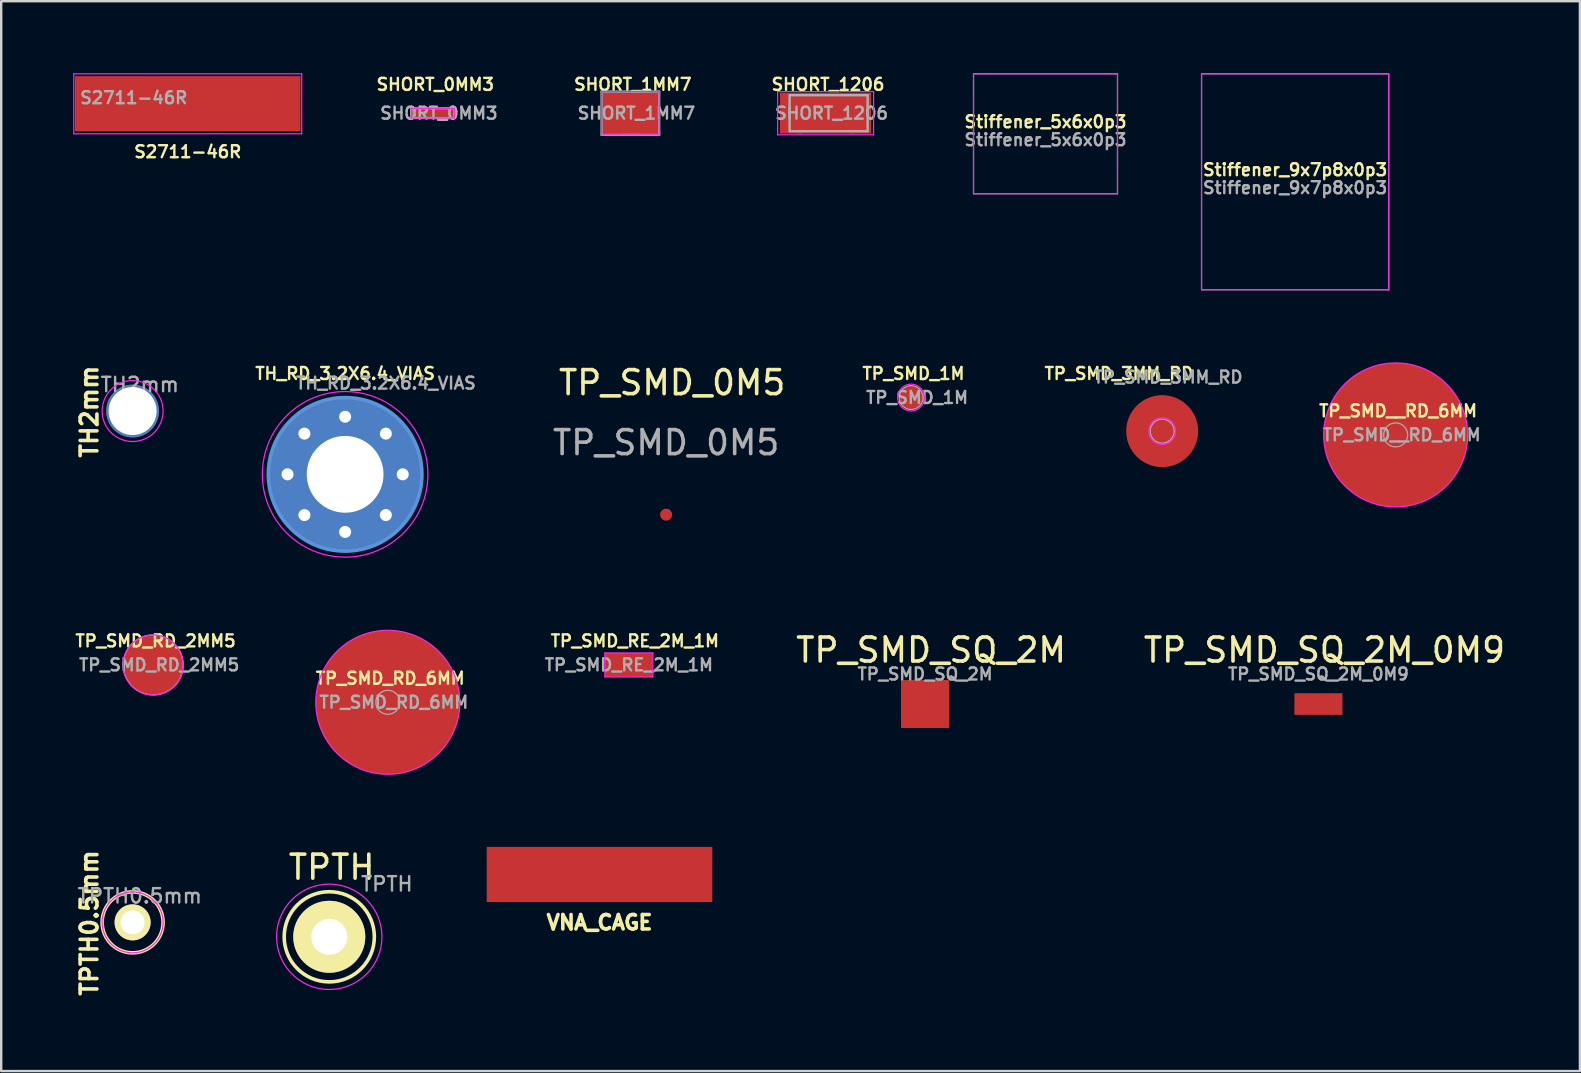
<source format=kicad_pcb>
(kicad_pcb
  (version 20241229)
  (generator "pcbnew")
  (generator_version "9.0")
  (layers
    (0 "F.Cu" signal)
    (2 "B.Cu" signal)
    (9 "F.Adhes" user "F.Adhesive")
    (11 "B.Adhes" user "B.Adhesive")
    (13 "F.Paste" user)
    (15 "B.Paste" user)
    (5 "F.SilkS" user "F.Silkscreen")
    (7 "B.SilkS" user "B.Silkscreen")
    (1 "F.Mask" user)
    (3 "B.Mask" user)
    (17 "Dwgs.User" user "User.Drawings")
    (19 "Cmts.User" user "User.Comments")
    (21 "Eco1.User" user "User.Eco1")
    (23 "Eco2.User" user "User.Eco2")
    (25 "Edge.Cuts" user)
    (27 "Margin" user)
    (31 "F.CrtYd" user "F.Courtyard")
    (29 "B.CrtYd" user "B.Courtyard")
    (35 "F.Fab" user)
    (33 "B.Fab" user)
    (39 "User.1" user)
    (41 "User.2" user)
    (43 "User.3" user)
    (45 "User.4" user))
  (footprint "TPTH"
    (layer "F.Cu")
    (at 10.672 35.991)
    (property "Reference" "TPTH" (at 0.1 -2.9 0) (layer "F.SilkS") (effects (font (size 1 1) (thickness 0.15))))
    (attr through_hole)
    (fp_circle (center 0 0) (end 0.8 -1.7) (stroke (width 0.15) (type solid)) (fill no) (layer "F.SilkS"))
    (fp_circle (center 0 0) (end -1.1 -1.9) (stroke (width 0.05) (type solid)) (fill no) (layer "F.CrtYd"))
    (fp_text user "${REFERENCE}" (at 2.4 -2.2 0) (layer "F.Fab") (effects (font (size 0.6 0.6) (thickness 0.1))))
    (pad "1" thru_hole circle (at 0 0) (size 3 3) (drill 1.501) (layers "*.Cu" "*.Mask" "F.SilkS")))
  (footprint "TP_SMD_RE_2M_1M"
    (layer "F.Cu")
    (at 23.157 24.661)
    (property "Reference" "TP_SMD_RE_2M_1M" (at 0 0 0) (layer "F.Fab") (effects (font (size 0.5 0.5) (thickness 0.1))))
    (attr exclude_from_pos_files exclude_from_bom)
    (fp_line (start -1 -0.5) (end 1 -0.5) (stroke (width 0.05) (type solid)) (layer "F.CrtYd"))
    (fp_line (start -1 0.5) (end -1 -0.5) (stroke (width 0.05) (type solid)) (layer "F.CrtYd"))
    (fp_line (start 1 -0.5) (end 1 0.5) (stroke (width 0.05) (type solid)) (layer "F.CrtYd"))
    (fp_line (start 1 0.5) (end -1 0.5) (stroke (width 0.05) (type solid)) (layer "F.CrtYd"))
    (fp_text user "${REFERENCE}" (at 0.25 -1 0) (layer "F.SilkS") (effects (font (size 0.5 0.5) (thickness 0.1))))
    (pad "1" smd rect (at 0 0) (size 2 1) (layers "F.Cu" "F.Mask")))
  (footprint "SHORT_0MM3"
    (layer "F.Cu")
    (at 14.99 1.668)
    (property "Reference" "SHORT_0MM3" (at 0.1 -1.2 0) (layer "F.SilkS") (effects (font (size 0.5 0.5) (thickness 0.1))))
    (attr exclude_from_pos_files exclude_from_bom)
    (fp_line (start -0.9 -0.2) (end -0.9 0.2) (stroke (width 0.05) (type solid)) (layer "F.CrtYd"))
    (fp_line (start -0.9 -0.2) (end 0.9 -0.2) (stroke (width 0.05) (type solid)) (layer "F.CrtYd"))
    (fp_line (start -0.9 0.2) (end 0.9 0.2) (stroke (width 0.05) (type solid)) (layer "F.CrtYd"))
    (fp_line (start 0.9 -0.2) (end 0.9 0.2) (stroke (width 0.05) (type solid)) (layer "F.CrtYd"))
    (fp_line (start -0.9 -0.2) (end 0.9 -0.2) (stroke (width 0.1) (type solid)) (layer "F.Fab"))
    (fp_line (start -0.9 0.2) (end -0.9 -0.2) (stroke (width 0.1) (type solid)) (layer "F.Fab"))
    (fp_line (start 0.9 -0.2) (end 0.9 0.2) (stroke (width 0.1) (type solid)) (layer "F.Fab"))
    (fp_line (start 0.9 0.2) (end -0.9 0.2) (stroke (width 0.1) (type solid)) (layer "F.Fab"))
    (fp_text user "${REFERENCE}" (at 0.25 0 0) (layer "F.Fab") (effects (font (size 0.5 0.5) (thickness 0.1))))
    (pad "1" smd rect (at -0.4 0) (size 1 0.3) (layers "F.Cu"))
    (pad "2" smd rect (at 0.4 0) (size 1 0.3) (layers "F.Cu")))
  (footprint "TP_SMD__RD_6MM"
    (layer "F.Cu")
    (at 55.114 15.075)
    (property "Reference" "TP_SMD__RD_6MM" (at 0.1 -1 0) (layer "F.SilkS") (effects (font (size 0.5 0.5) (thickness 0.1))))
    (attr exclude_from_pos_files exclude_from_bom)
    (fp_circle (center 0 0) (end 0 3) (stroke (width 0.05) (type solid)) (fill no) (layer "F.CrtYd"))
    (fp_circle (center 0 0) (end 0.5 0) (stroke (width 0.05) (type solid)) (fill no) (layer "F.Fab"))
    (fp_text user "${REFERENCE}" (at 0.25 0 0) (layer "F.Fab") (effects (font (size 0.5 0.5) (thickness 0.1))))
    (pad "1" smd circle (at 0 0) (size 6 6) (layers "F.Cu" "F.Mask")))
  (footprint "Stiffener_9x7p8x0p3"
    (layer "F.Cu")
    (at 50.924 4.525)
    (property "Reference" "Stiffener_9x7p8x0p3" (at 0 -0.5 0) (layer "F.SilkS") (effects (font (size 0.5 0.5) (thickness 0.1))))
    (attr exclude_from_pos_files exclude_from_bom)
    (fp_line (start -3.9 -4.5) (end 3.9 -4.5) (stroke (width 0.05) (type solid)) (layer "F.CrtYd"))
    (fp_line (start -3.9 4.5) (end -3.9 -4.5) (stroke (width 0.05) (type solid)) (layer "F.CrtYd"))
    (fp_line (start 3.9 -4.5) (end 3.9 4.5) (stroke (width 0.05) (type solid)) (layer "F.CrtYd"))
    (fp_line (start 3.9 4.5) (end -3.9 4.5) (stroke (width 0.05) (type solid)) (layer "F.CrtYd"))
    (fp_line (start -3.9 -4.5) (end 3.9 -4.5) (stroke (width 0.05) (type solid)) (layer "F.Fab"))
    (fp_line (start -3.9 4.5) (end -3.9 -4.5) (stroke (width 0.05) (type solid)) (layer "F.Fab"))
    (fp_line (start 3.9 -4.5) (end 3.9 4.5) (stroke (width 0.05) (type solid)) (layer "F.Fab"))
    (fp_line (start 3.9 4.5) (end -3.9 4.5) (stroke (width 0.05) (type solid)) (layer "F.Fab"))
    (fp_text user "${REFERENCE}" (at 0 0.25 0) (layer "F.Fab") (effects (font (size 0.5 0.5) (thickness 0.1)))))
  (footprint "TH_RD_3.2X6.4_VIAS"
    (layer "F.Cu")
    (at 11.333 16.718)
    (property "Reference" "TH_RD_3.2X6.4_VIAS" (at 0 -4.2 0) (layer "F.SilkS") (effects (font (size 0.5 0.5) (thickness 0.1))))
    (attr exclude_from_pos_files exclude_from_bom)
    (fp_circle (center 0 0) (end 3.2 0) (stroke (width 0.15) (type solid)) (fill no) (layer "Cmts.User"))
    (fp_circle (center 0 0) (end 3.45 0) (stroke (width 0.05) (type solid)) (fill no) (layer "F.CrtYd"))
    (fp_text user "${REFERENCE}" (at 1.7 -3.8 0) (layer "F.Fab") (effects (font (size 0.5 0.5) (thickness 0.1))))
    (pad "1" thru_hole circle (at -2.4 0) (size 0.6 0.6) (drill 0.5) (layers "*.Cu" "*.Mask"))
    (pad "1" thru_hole circle (at -1.697 -1.697) (size 0.6 0.6) (drill 0.5) (layers "*.Cu" "*.Mask"))
    (pad "1" thru_hole circle (at -1.697 1.697) (size 0.6 0.6) (drill 0.5) (layers "*.Cu" "*.Mask"))
    (pad "1" thru_hole circle (at 0 -2.4) (size 0.6 0.6) (drill 0.5) (layers "*.Cu" "*.Mask"))
    (pad "1" thru_hole circle (at 0 0) (size 6.4 6.4) (drill 3.2) (layers "*.Cu" "*.Mask"))
    (pad "1" thru_hole circle (at 0 2.4) (size 0.6 0.6) (drill 0.5) (layers "*.Cu" "*.Mask"))
    (pad "1" thru_hole circle (at 1.697 -1.697) (size 0.6 0.6) (drill 0.5) (layers "*.Cu" "*.Mask"))
    (pad "1" thru_hole circle (at 1.697 1.697) (size 0.6 0.6) (drill 0.5) (layers "*.Cu" "*.Mask"))
    (pad "1" thru_hole circle (at 2.4 0) (size 0.6 0.6) (drill 0.5) (layers "*.Cu" "*.Mask")))
  (footprint "TP_SMD_3MM_RD"
    (layer "F.Cu")
    (at 45.383 14.918)
    (property "Reference" "TP_SMD_3MM_RD" (at -1.8 -2.4 0) (layer "F.SilkS") (effects (font (size 0.5 0.5) (thickness 0.1))))
    (attr exclude_from_pos_files exclude_from_bom)
    (fp_circle (center 0 0) (end 0.5 -0.25) (stroke (width 0.05) (type solid)) (fill no) (layer "F.CrtYd"))
    (fp_circle (center 0 0) (end 0.5 0) (stroke (width 0.05) (type solid)) (fill no) (layer "F.Fab"))
    (fp_text user "${REFERENCE}" (at 0.25 -2.25 0) (layer "F.Fab") (effects (font (size 0.5 0.5) (thickness 0.1))))
    (pad "1" smd circle (at 0 0) (size 3 3) (layers "F.Cu" "F.Mask")))
  (footprint "Stiffener_5x6x0p3"
    (layer "F.Cu")
    (at 40.521 2.525)
    (property "Reference" "Stiffener_5x6x0p3" (at 0 -0.5 0) (layer "F.SilkS") (effects (font (size 0.5 0.5) (thickness 0.1))))
    (attr exclude_from_pos_files exclude_from_bom)
    (fp_line (start -3 -2.5) (end 3 -2.5) (stroke (width 0.05) (type solid)) (layer "F.CrtYd"))
    (fp_line (start -3 2.5) (end -3 -2.5) (stroke (width 0.05) (type solid)) (layer "F.CrtYd"))
    (fp_line (start 3 -2.5) (end 3 2.5) (stroke (width 0.05) (type solid)) (layer "F.CrtYd"))
    (fp_line (start 3 2.5) (end -3 2.5) (stroke (width 0.05) (type solid)) (layer "F.CrtYd"))
    (fp_line (start -3 -2.5) (end 3 -2.5) (stroke (width 0.05) (type solid)) (layer "F.Fab"))
    (fp_line (start -3 2.5) (end -3 -2.5) (stroke (width 0.05) (type solid)) (layer "F.Fab"))
    (fp_line (start 3 -2.5) (end 3 2.5) (stroke (width 0.05) (type solid)) (layer "F.Fab"))
    (fp_line (start 3 2.5) (end -3 2.5) (stroke (width 0.05) (type solid)) (layer "F.Fab"))
    (fp_text user "${REFERENCE}" (at 0 0.25 0) (layer "F.Fab") (effects (font (size 0.5 0.5) (thickness 0.1)))))
  (footprint "VNA_CAGE"
    (layer "F.Cu")
    (at 21.934 33.393)
    (property "Reference" "VNA_CAGE" (at 0 2 0) (layer "F.SilkS") (effects (font (size 0.6 0.6) (thickness 0.15))))
    (attr through_hole)
    (pad "1" smd rect (at 0 0) (size 9.4 2.3) (layers "F.Cu" "F.Mask")))
  (footprint "TP_SMD_1M"
    (layer "F.Cu")
    (at 34.919 13.518)
    (property "Reference" "TP_SMD_1M" (at 0.1 -1 0) (layer "F.SilkS") (effects (font (size 0.5 0.5) (thickness 0.1))))
    (attr exclude_from_pos_files exclude_from_bom)
    (fp_circle (center 0 0) (end 0.5 -0.25) (stroke (width 0.05) (type solid)) (fill no) (layer "F.CrtYd"))
    (fp_circle (center 0 0) (end 0.5 0) (stroke (width 0.05) (type solid)) (fill no) (layer "F.Fab"))
    (fp_text user "${REFERENCE}" (at 0.25 0 0) (layer "F.Fab") (effects (font (size 0.5 0.5) (thickness 0.1))))
    (pad "1" smd circle (at 0 0) (size 1 1) (layers "F.Cu" "F.Mask")))
  (footprint "TP_SMD_SQ_2M"
    (layer "F.Cu")
    (at 35.501 26.291)
    (property "Reference" "TP_SMD_SQ_2M" (at 0 -1.25 0) (layer "F.Fab") (effects (font (size 0.5 0.5) (thickness 0.1))))
    (attr exclude_from_pos_files exclude_from_bom)
    (fp_text user "${REFERENCE}" (at 0.25 -2.25 0) (layer "F.SilkS") (effects (font (size 1 1) (thickness 0.15))))
    (pad "1" smd rect (at 0 0) (size 2 2) (layers "F.Cu" "F.Mask")))
  (footprint "S2711-46R"
    (layer "F.Cu")
    (at 4.775 1.275)
    (property "Reference" "S2711-46R" (at 0 2 0) (layer "F.SilkS") (effects (font (size 0.5 0.5) (thickness 0.1))))
    (attr smd)
    (fp_line (start -4.75 -1.25) (end 4.75 -1.25) (stroke (width 0.05) (type solid)) (layer "F.CrtYd"))
    (fp_line (start -4.75 1.25) (end -4.75 -1.25) (stroke (width 0.05) (type solid)) (layer "F.CrtYd"))
    (fp_line (start 4.75 -1.25) (end 4.75 1.25) (stroke (width 0.05) (type solid)) (layer "F.CrtYd"))
    (fp_line (start 4.75 1.25) (end -4.75 1.25) (stroke (width 0.05) (type solid)) (layer "F.CrtYd"))
    (fp_text user "${REFERENCE}" (at -2.25 -0.25 0) (layer "F.Fab") (effects (font (size 0.5 0.5) (thickness 0.1))))
    (pad "1" smd rect (at 0 0) (size 9.4 2.3) (layers "F.Cu" "F.Mask")))
  (footprint "TP_SMD_0M5"
    (layer "F.Cu")
    (at 24.71 18.398)
    (property "Reference" "TP_SMD_0M5" (at 0 -3 0) (layer "F.Fab") (effects (font (size 1 1) (thickness 0.15))))
    (attr exclude_from_pos_files exclude_from_bom)
    (fp_text user "${REFERENCE}" (at 0.25 -5.5 0) (layer "F.SilkS") (effects (font (size 1 1) (thickness 0.15))))
    (pad "1" smd circle (at 0 0) (size 0.5 0.5) (layers "F.Cu" "F.Mask")))
  (footprint "TPTH0.5mm"
    (layer "F.Cu")
    (at 2.476 35.389)
    (property "Reference" "TPTH0.5mm" (at -1.803 0.025 90) (layer "F.SilkS") (effects (font (size 0.7 0.7) (thickness 0.15))))
    (attr through_hole)
    (fp_circle (center 0 0) (end 0 -1.27) (stroke (width 0.15) (type solid)) (fill no) (layer "F.SilkS"))
    (fp_circle (center 0 0) (end 0 -1.27) (stroke (width 0.05) (type solid)) (fill no) (layer "F.CrtYd"))
    (fp_text user "${REFERENCE}" (at 0.3 -1.1 0) (layer "F.Fab") (effects (font (size 0.6 0.6) (thickness 0.1))))
    (pad "1" thru_hole circle (at 0 0) (size 1.5 1.5) (drill 1) (layers "*.Cu" "*.Mask" "F.SilkS")))
  (footprint "TP_SMD_RD_2MM5"
    (layer "F.Cu")
    (at 3.333 24.661)
    (property "Reference" "TP_SMD_RD_2MM5" (at 0.1 -1 0) (layer "F.SilkS") (effects (font (size 0.5 0.5) (thickness 0.1))))
    (attr exclude_from_pos_files exclude_from_bom)
    (fp_circle (center 0 0) (end 0 1.25) (stroke (width 0.05) (type solid)) (fill no) (layer "F.CrtYd"))
    (fp_circle (center 0 0) (end 1.25 0) (stroke (width 0.05) (type solid)) (fill no) (layer "F.Fab"))
    (fp_text user "${REFERENCE}" (at 0.25 0 0) (layer "F.Fab") (effects (font (size 0.5 0.5) (thickness 0.1))))
    (pad "1" smd circle (at 0 0) (size 2.5 2.5) (layers "F.Cu" "F.Mask")))
  (footprint "TP_SMD_SQ_2M_0M9"
    (layer "F.Cu")
    (at 51.894 26.291)
    (property "Reference" "TP_SMD_SQ_2M_0M9" (at 0 -1.25 0) (layer "F.Fab") (effects (font (size 0.5 0.5) (thickness 0.1))))
    (attr exclude_from_pos_files exclude_from_bom)
    (fp_text user "${REFERENCE}" (at 0.25 -2.25 0) (layer "F.SilkS") (effects (font (size 1 1) (thickness 0.15))))
    (pad "1" smd rect (at 0 0) (size 2 0.9) (layers "F.Cu" "F.Mask")))
  (footprint "TH2mm"
    (layer "F.Cu")
    (at 2.476 14.08)
    (property "Reference" "TH2mm" (at -1.803 0.025 90) (layer "F.SilkS") (effects (font (size 0.7 0.7) (thickness 0.15))))
    (attr through_hole)
    (fp_circle (center 0 0) (end 0 -1.27) (stroke (width 0.05) (type solid)) (fill no) (layer "F.CrtYd"))
    (fp_text user "${REFERENCE}" (at 0.3 -1.1 0) (layer "F.Fab") (effects (font (size 0.6 0.6) (thickness 0.1))))
    (pad "1" thru_hole circle (at 0 0) (size 2.2 2.2) (drill 2) (layers "*.Cu" "*.Mask")))
  (footprint "SHORT_1206"
    (layer "F.Cu")
    (at 31.357 1.668)
    (property "Reference" "SHORT_1206" (at 0.1 -1.2 0) (layer "F.SilkS") (effects (font (size 0.5 0.5) (thickness 0.1))))
    (attr smd)
    (fp_line (start -1 0) (end 1 0) (stroke (width 1.7) (type solid)) (layer "F.Cu"))
    (fp_line (start -2 -0.9) (end -2 0.9) (stroke (width 0.05) (type solid)) (layer "F.CrtYd"))
    (fp_line (start -2 -0.9) (end 2 -0.9) (stroke (width 0.05) (type solid)) (layer "F.CrtYd"))
    (fp_line (start -2 0.9) (end 2 0.9) (stroke (width 0.05) (type solid)) (layer "F.CrtYd"))
    (fp_line (start 2 -0.9) (end 2 0.9) (stroke (width 0.05) (type solid)) (layer "F.CrtYd"))
    (fp_line (start -1.5 -0.75) (end 1.75 -0.75) (stroke (width 0.1) (type solid)) (layer "F.Fab"))
    (fp_line (start -1.5 0.75) (end -1.5 -0.75) (stroke (width 0.1) (type solid)) (layer "F.Fab"))
    (fp_line (start 1.75 -0.75) (end 1.75 0.75) (stroke (width 0.1) (type solid)) (layer "F.Fab"))
    (fp_line (start 1.75 0.75) (end -1.5 0.75) (stroke (width 0.1) (type solid)) (layer "F.Fab"))
    (fp_text user "${REFERENCE}" (at 0.25 0 0) (layer "F.Fab") (effects (font (size 0.5 0.5) (thickness 0.1))))
    (pad "1" smd rect (at -1.45 0) (size 0.9 1.7) (layers "F.Cu"))
    (pad "2" smd rect (at 1.45 0) (size 0.9 1.7) (layers "F.Cu")))
  (footprint "SHORT_1MM7"
    (layer "F.Cu")
    (at 23.221 1.668)
    (property "Reference" "SHORT_1MM7" (at 0.1 -1.2 0) (layer "F.SilkS") (effects (font (size 0.5 0.5) (thickness 0.1))))
    (attr exclude_from_pos_files exclude_from_bom)
    (fp_line (start -1.2 -0.9) (end -1.2 0.9) (stroke (width 0.05) (type solid)) (layer "F.CrtYd"))
    (fp_line (start -1.2 -0.9) (end 1.2 -0.9) (stroke (width 0.05) (type solid)) (layer "F.CrtYd"))
    (fp_line (start -1.2 0.9) (end 1.2 0.9) (stroke (width 0.05) (type solid)) (layer "F.CrtYd"))
    (fp_line (start 1.2 -0.9) (end 1.2 0.9) (stroke (width 0.05) (type solid)) (layer "F.CrtYd"))
    (fp_line (start -1.2 -0.9) (end 1.2 -0.9) (stroke (width 0.1) (type solid)) (layer "F.Fab"))
    (fp_line (start -1.2 0.9) (end -1.2 -0.9) (stroke (width 0.1) (type solid)) (layer "F.Fab"))
    (fp_line (start 1.2 -0.9) (end 1.2 0.9) (stroke (width 0.1) (type solid)) (layer "F.Fab"))
    (fp_line (start 1.2 0.9) (end -1.2 0.9) (stroke (width 0.1) (type solid)) (layer "F.Fab"))
    (fp_text user "${REFERENCE}" (at 0.25 0 0) (layer "F.Fab") (effects (font (size 0.5 0.5) (thickness 0.1))))
    (pad "1" smd rect (at -0.4 0) (size 1.5 1.7) (layers "F.Cu"))
    (pad "2" smd rect (at 0.4 0) (size 1.5 1.7) (layers "F.Cu")))
  (footprint "TP_SMD_RD_6MM"
    (layer "F.Cu")
    (at 13.112 26.218)
    (property "Reference" "TP_SMD_RD_6MM" (at 0.1 -1 0) (layer "F.SilkS") (effects (font (size 0.5 0.5) (thickness 0.1))))
    (attr exclude_from_pos_files exclude_from_bom)
    (fp_circle (center 0 0) (end 0 3) (stroke (width 0.05) (type solid)) (fill no) (layer "F.CrtYd"))
    (fp_circle (center 0 0) (end 0.5 0) (stroke (width 0.05) (type solid)) (fill no) (layer "F.Fab"))
    (fp_text user "${REFERENCE}" (at 0.25 0 0) (layer "F.Fab") (effects (font (size 0.5 0.5) (thickness 0.1))))
    (pad "1" smd circle (at 0 0) (size 6 6) (layers "F.Cu" "F.Mask")))
  (gr_rect
    (start -3 -3)
    (end 62.793 41.586)
    (stroke (width 0.1) (type default))
    (fill no)
    (layer "Edge.Cuts")))
</source>
